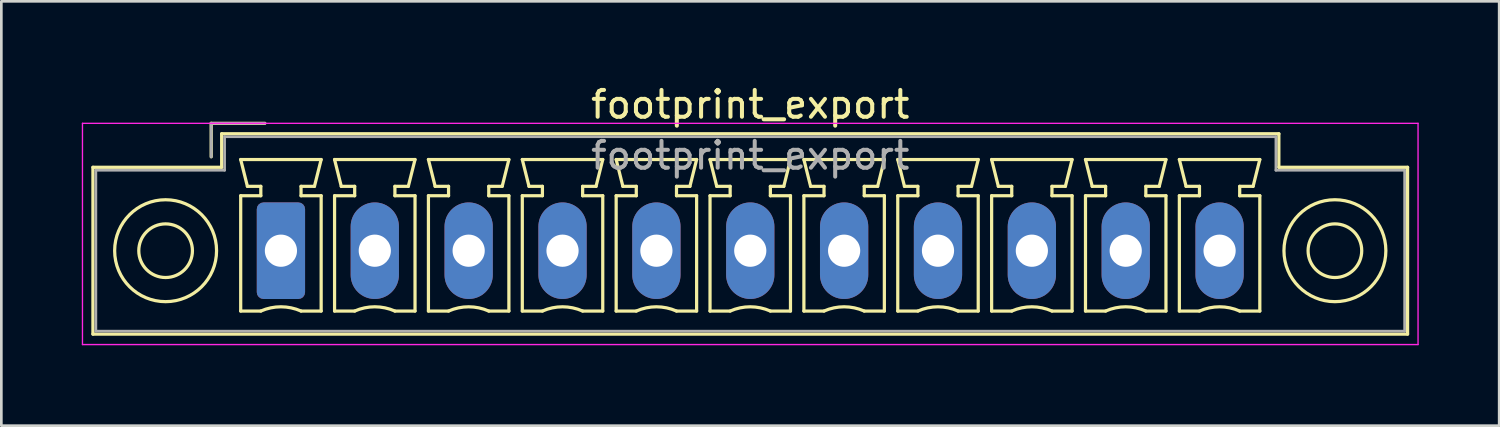
<source format=kicad_pcb>
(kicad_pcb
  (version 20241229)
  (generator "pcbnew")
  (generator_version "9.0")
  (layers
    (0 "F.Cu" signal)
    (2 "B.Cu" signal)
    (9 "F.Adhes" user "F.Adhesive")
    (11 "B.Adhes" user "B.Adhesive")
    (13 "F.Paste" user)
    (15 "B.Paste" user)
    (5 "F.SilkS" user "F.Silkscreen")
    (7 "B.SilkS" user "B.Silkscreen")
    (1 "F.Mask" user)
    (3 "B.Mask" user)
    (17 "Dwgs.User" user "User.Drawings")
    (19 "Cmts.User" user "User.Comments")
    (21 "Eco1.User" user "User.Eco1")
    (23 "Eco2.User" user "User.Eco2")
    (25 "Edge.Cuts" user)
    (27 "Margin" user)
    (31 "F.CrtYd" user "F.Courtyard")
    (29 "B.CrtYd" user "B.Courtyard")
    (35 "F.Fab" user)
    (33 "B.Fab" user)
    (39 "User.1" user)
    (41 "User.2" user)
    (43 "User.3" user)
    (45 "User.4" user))
  (footprint "footprint_export"
    (layer "F.Cu")
    (at 7.425 6.298)
    (property "Reference" "footprint_export" (at 17.5 -5.45 0) (layer "F.SilkS") (effects (font (size 1 1) (thickness 0.15))))
    (attr through_hole)
    (fp_line (start -7.01 -3.11) (end -7.01 3.11) (stroke (width 0.12) (type solid)) (layer "F.SilkS"))
    (fp_line (start -7.01 3.11) (end 42.01 3.11) (stroke (width 0.12) (type solid)) (layer "F.SilkS"))
    (fp_line (start -2.6 -4.75) (end -0.6 -4.75) (stroke (width 0.12) (type solid)) (layer "F.SilkS"))
    (fp_line (start -2.6 -3.5) (end -2.6 -4.75) (stroke (width 0.12) (type solid)) (layer "F.SilkS"))
    (fp_line (start -2.21 -4.36) (end -2.21 -3.11) (stroke (width 0.12) (type solid)) (layer "F.SilkS"))
    (fp_line (start -2.21 -3.11) (end -7.01 -3.11) (stroke (width 0.12) (type solid)) (layer "F.SilkS"))
    (fp_line (start -1.5 -3.4) (end 1.5 -3.4) (stroke (width 0.12) (type solid)) (layer "F.SilkS"))
    (fp_line (start -1.5 -2.05) (end -0.75 -2.05) (stroke (width 0.12) (type solid)) (layer "F.SilkS"))
    (fp_line (start -1.5 2.25) (end -1.5 -2.05) (stroke (width 0.12) (type solid)) (layer "F.SilkS"))
    (fp_line (start -1.25 -2.4) (end -1.5 -3.4) (stroke (width 0.12) (type solid)) (layer "F.SilkS"))
    (fp_line (start -0.75 -2.4) (end -1.25 -2.4) (stroke (width 0.12) (type solid)) (layer "F.SilkS"))
    (fp_line (start -0.75 -2.05) (end -0.75 -2.4) (stroke (width 0.12) (type solid)) (layer "F.SilkS"))
    (fp_line (start -0.75 2.25) (end -1.5 2.25) (stroke (width 0.12) (type solid)) (layer "F.SilkS"))
    (fp_line (start 0.75 -2.4) (end 0.75 -2.05) (stroke (width 0.12) (type solid)) (layer "F.SilkS"))
    (fp_line (start 0.75 -2.05) (end 1.5 -2.05) (stroke (width 0.12) (type solid)) (layer "F.SilkS"))
    (fp_line (start 1.25 -2.4) (end 0.75 -2.4) (stroke (width 0.12) (type solid)) (layer "F.SilkS"))
    (fp_line (start 1.5 -3.4) (end 1.25 -2.4) (stroke (width 0.12) (type solid)) (layer "F.SilkS"))
    (fp_line (start 1.5 -2.05) (end 1.5 2.25) (stroke (width 0.12) (type solid)) (layer "F.SilkS"))
    (fp_line (start 1.5 2.25) (end 0.75 2.25) (stroke (width 0.12) (type solid)) (layer "F.SilkS"))
    (fp_line (start 2 -3.4) (end 5 -3.4) (stroke (width 0.12) (type solid)) (layer "F.SilkS"))
    (fp_line (start 2 -2.05) (end 2.75 -2.05) (stroke (width 0.12) (type solid)) (layer "F.SilkS"))
    (fp_line (start 2 2.25) (end 2 -2.05) (stroke (width 0.12) (type solid)) (layer "F.SilkS"))
    (fp_line (start 2.25 -2.4) (end 2 -3.4) (stroke (width 0.12) (type solid)) (layer "F.SilkS"))
    (fp_line (start 2.75 -2.4) (end 2.25 -2.4) (stroke (width 0.12) (type solid)) (layer "F.SilkS"))
    (fp_line (start 2.75 -2.05) (end 2.75 -2.4) (stroke (width 0.12) (type solid)) (layer "F.SilkS"))
    (fp_line (start 2.75 2.25) (end 2 2.25) (stroke (width 0.12) (type solid)) (layer "F.SilkS"))
    (fp_line (start 4.25 -2.4) (end 4.25 -2.05) (stroke (width 0.12) (type solid)) (layer "F.SilkS"))
    (fp_line (start 4.25 -2.05) (end 5 -2.05) (stroke (width 0.12) (type solid)) (layer "F.SilkS"))
    (fp_line (start 4.75 -2.4) (end 4.25 -2.4) (stroke (width 0.12) (type solid)) (layer "F.SilkS"))
    (fp_line (start 5 -3.4) (end 4.75 -2.4) (stroke (width 0.12) (type solid)) (layer "F.SilkS"))
    (fp_line (start 5 -2.05) (end 5 2.25) (stroke (width 0.12) (type solid)) (layer "F.SilkS"))
    (fp_line (start 5 2.25) (end 4.25 2.25) (stroke (width 0.12) (type solid)) (layer "F.SilkS"))
    (fp_line (start 5.5 -3.4) (end 8.5 -3.4) (stroke (width 0.12) (type solid)) (layer "F.SilkS"))
    (fp_line (start 5.5 -2.05) (end 6.25 -2.05) (stroke (width 0.12) (type solid)) (layer "F.SilkS"))
    (fp_line (start 5.5 2.25) (end 5.5 -2.05) (stroke (width 0.12) (type solid)) (layer "F.SilkS"))
    (fp_line (start 5.75 -2.4) (end 5.5 -3.4) (stroke (width 0.12) (type solid)) (layer "F.SilkS"))
    (fp_line (start 6.25 -2.4) (end 5.75 -2.4) (stroke (width 0.12) (type solid)) (layer "F.SilkS"))
    (fp_line (start 6.25 -2.05) (end 6.25 -2.4) (stroke (width 0.12) (type solid)) (layer "F.SilkS"))
    (fp_line (start 6.25 2.25) (end 5.5 2.25) (stroke (width 0.12) (type solid)) (layer "F.SilkS"))
    (fp_line (start 7.75 -2.4) (end 7.75 -2.05) (stroke (width 0.12) (type solid)) (layer "F.SilkS"))
    (fp_line (start 7.75 -2.05) (end 8.5 -2.05) (stroke (width 0.12) (type solid)) (layer "F.SilkS"))
    (fp_line (start 8.25 -2.4) (end 7.75 -2.4) (stroke (width 0.12) (type solid)) (layer "F.SilkS"))
    (fp_line (start 8.5 -3.4) (end 8.25 -2.4) (stroke (width 0.12) (type solid)) (layer "F.SilkS"))
    (fp_line (start 8.5 -2.05) (end 8.5 2.25) (stroke (width 0.12) (type solid)) (layer "F.SilkS"))
    (fp_line (start 8.5 2.25) (end 7.75 2.25) (stroke (width 0.12) (type solid)) (layer "F.SilkS"))
    (fp_line (start 9 -3.4) (end 12 -3.4) (stroke (width 0.12) (type solid)) (layer "F.SilkS"))
    (fp_line (start 9 -2.05) (end 9.75 -2.05) (stroke (width 0.12) (type solid)) (layer "F.SilkS"))
    (fp_line (start 9 2.25) (end 9 -2.05) (stroke (width 0.12) (type solid)) (layer "F.SilkS"))
    (fp_line (start 9.25 -2.4) (end 9 -3.4) (stroke (width 0.12) (type solid)) (layer "F.SilkS"))
    (fp_line (start 9.75 -2.4) (end 9.25 -2.4) (stroke (width 0.12) (type solid)) (layer "F.SilkS"))
    (fp_line (start 9.75 -2.05) (end 9.75 -2.4) (stroke (width 0.12) (type solid)) (layer "F.SilkS"))
    (fp_line (start 9.75 2.25) (end 9 2.25) (stroke (width 0.12) (type solid)) (layer "F.SilkS"))
    (fp_line (start 11.25 -2.4) (end 11.25 -2.05) (stroke (width 0.12) (type solid)) (layer "F.SilkS"))
    (fp_line (start 11.25 -2.05) (end 12 -2.05) (stroke (width 0.12) (type solid)) (layer "F.SilkS"))
    (fp_line (start 11.75 -2.4) (end 11.25 -2.4) (stroke (width 0.12) (type solid)) (layer "F.SilkS"))
    (fp_line (start 12 -3.4) (end 11.75 -2.4) (stroke (width 0.12) (type solid)) (layer "F.SilkS"))
    (fp_line (start 12 -2.05) (end 12 2.25) (stroke (width 0.12) (type solid)) (layer "F.SilkS"))
    (fp_line (start 12 2.25) (end 11.25 2.25) (stroke (width 0.12) (type solid)) (layer "F.SilkS"))
    (fp_line (start 12.5 -3.4) (end 15.5 -3.4) (stroke (width 0.12) (type solid)) (layer "F.SilkS"))
    (fp_line (start 12.5 -2.05) (end 13.25 -2.05) (stroke (width 0.12) (type solid)) (layer "F.SilkS"))
    (fp_line (start 12.5 2.25) (end 12.5 -2.05) (stroke (width 0.12) (type solid)) (layer "F.SilkS"))
    (fp_line (start 12.75 -2.4) (end 12.5 -3.4) (stroke (width 0.12) (type solid)) (layer "F.SilkS"))
    (fp_line (start 13.25 -2.4) (end 12.75 -2.4) (stroke (width 0.12) (type solid)) (layer "F.SilkS"))
    (fp_line (start 13.25 -2.05) (end 13.25 -2.4) (stroke (width 0.12) (type solid)) (layer "F.SilkS"))
    (fp_line (start 13.25 2.25) (end 12.5 2.25) (stroke (width 0.12) (type solid)) (layer "F.SilkS"))
    (fp_line (start 14.75 -2.4) (end 14.75 -2.05) (stroke (width 0.12) (type solid)) (layer "F.SilkS"))
    (fp_line (start 14.75 -2.05) (end 15.5 -2.05) (stroke (width 0.12) (type solid)) (layer "F.SilkS"))
    (fp_line (start 15.25 -2.4) (end 14.75 -2.4) (stroke (width 0.12) (type solid)) (layer "F.SilkS"))
    (fp_line (start 15.5 -3.4) (end 15.25 -2.4) (stroke (width 0.12) (type solid)) (layer "F.SilkS"))
    (fp_line (start 15.5 -2.05) (end 15.5 2.25) (stroke (width 0.12) (type solid)) (layer "F.SilkS"))
    (fp_line (start 15.5 2.25) (end 14.75 2.25) (stroke (width 0.12) (type solid)) (layer "F.SilkS"))
    (fp_line (start 16 -3.4) (end 19 -3.4) (stroke (width 0.12) (type solid)) (layer "F.SilkS"))
    (fp_line (start 16 -2.05) (end 16.75 -2.05) (stroke (width 0.12) (type solid)) (layer "F.SilkS"))
    (fp_line (start 16 2.25) (end 16 -2.05) (stroke (width 0.12) (type solid)) (layer "F.SilkS"))
    (fp_line (start 16.25 -2.4) (end 16 -3.4) (stroke (width 0.12) (type solid)) (layer "F.SilkS"))
    (fp_line (start 16.75 -2.4) (end 16.25 -2.4) (stroke (width 0.12) (type solid)) (layer "F.SilkS"))
    (fp_line (start 16.75 -2.05) (end 16.75 -2.4) (stroke (width 0.12) (type solid)) (layer "F.SilkS"))
    (fp_line (start 16.75 2.25) (end 16 2.25) (stroke (width 0.12) (type solid)) (layer "F.SilkS"))
    (fp_line (start 18.25 -2.4) (end 18.25 -2.05) (stroke (width 0.12) (type solid)) (layer "F.SilkS"))
    (fp_line (start 18.25 -2.05) (end 19 -2.05) (stroke (width 0.12) (type solid)) (layer "F.SilkS"))
    (fp_line (start 18.75 -2.4) (end 18.25 -2.4) (stroke (width 0.12) (type solid)) (layer "F.SilkS"))
    (fp_line (start 19 -3.4) (end 18.75 -2.4) (stroke (width 0.12) (type solid)) (layer "F.SilkS"))
    (fp_line (start 19 -2.05) (end 19 2.25) (stroke (width 0.12) (type solid)) (layer "F.SilkS"))
    (fp_line (start 19 2.25) (end 18.25 2.25) (stroke (width 0.12) (type solid)) (layer "F.SilkS"))
    (fp_line (start 19.5 -3.4) (end 22.5 -3.4) (stroke (width 0.12) (type solid)) (layer "F.SilkS"))
    (fp_line (start 19.5 -2.05) (end 20.25 -2.05) (stroke (width 0.12) (type solid)) (layer "F.SilkS"))
    (fp_line (start 19.5 2.25) (end 19.5 -2.05) (stroke (width 0.12) (type solid)) (layer "F.SilkS"))
    (fp_line (start 19.75 -2.4) (end 19.5 -3.4) (stroke (width 0.12) (type solid)) (layer "F.SilkS"))
    (fp_line (start 20.25 -2.4) (end 19.75 -2.4) (stroke (width 0.12) (type solid)) (layer "F.SilkS"))
    (fp_line (start 20.25 -2.05) (end 20.25 -2.4) (stroke (width 0.12) (type solid)) (layer "F.SilkS"))
    (fp_line (start 20.25 2.25) (end 19.5 2.25) (stroke (width 0.12) (type solid)) (layer "F.SilkS"))
    (fp_line (start 21.75 -2.4) (end 21.75 -2.05) (stroke (width 0.12) (type solid)) (layer "F.SilkS"))
    (fp_line (start 21.75 -2.05) (end 22.5 -2.05) (stroke (width 0.12) (type solid)) (layer "F.SilkS"))
    (fp_line (start 22.25 -2.4) (end 21.75 -2.4) (stroke (width 0.12) (type solid)) (layer "F.SilkS"))
    (fp_line (start 22.5 -3.4) (end 22.25 -2.4) (stroke (width 0.12) (type solid)) (layer "F.SilkS"))
    (fp_line (start 22.5 -2.05) (end 22.5 2.25) (stroke (width 0.12) (type solid)) (layer "F.SilkS"))
    (fp_line (start 22.5 2.25) (end 21.75 2.25) (stroke (width 0.12) (type solid)) (layer "F.SilkS"))
    (fp_line (start 23 -3.4) (end 26 -3.4) (stroke (width 0.12) (type solid)) (layer "F.SilkS"))
    (fp_line (start 23 -2.05) (end 23.75 -2.05) (stroke (width 0.12) (type solid)) (layer "F.SilkS"))
    (fp_line (start 23 2.25) (end 23 -2.05) (stroke (width 0.12) (type solid)) (layer "F.SilkS"))
    (fp_line (start 23.25 -2.4) (end 23 -3.4) (stroke (width 0.12) (type solid)) (layer "F.SilkS"))
    (fp_line (start 23.75 -2.4) (end 23.25 -2.4) (stroke (width 0.12) (type solid)) (layer "F.SilkS"))
    (fp_line (start 23.75 -2.05) (end 23.75 -2.4) (stroke (width 0.12) (type solid)) (layer "F.SilkS"))
    (fp_line (start 23.75 2.25) (end 23 2.25) (stroke (width 0.12) (type solid)) (layer "F.SilkS"))
    (fp_line (start 25.25 -2.4) (end 25.25 -2.05) (stroke (width 0.12) (type solid)) (layer "F.SilkS"))
    (fp_line (start 25.25 -2.05) (end 26 -2.05) (stroke (width 0.12) (type solid)) (layer "F.SilkS"))
    (fp_line (start 25.75 -2.4) (end 25.25 -2.4) (stroke (width 0.12) (type solid)) (layer "F.SilkS"))
    (fp_line (start 26 -3.4) (end 25.75 -2.4) (stroke (width 0.12) (type solid)) (layer "F.SilkS"))
    (fp_line (start 26 -2.05) (end 26 2.25) (stroke (width 0.12) (type solid)) (layer "F.SilkS"))
    (fp_line (start 26 2.25) (end 25.25 2.25) (stroke (width 0.12) (type solid)) (layer "F.SilkS"))
    (fp_line (start 26.5 -3.4) (end 29.5 -3.4) (stroke (width 0.12) (type solid)) (layer "F.SilkS"))
    (fp_line (start 26.5 -2.05) (end 27.25 -2.05) (stroke (width 0.12) (type solid)) (layer "F.SilkS"))
    (fp_line (start 26.5 2.25) (end 26.5 -2.05) (stroke (width 0.12) (type solid)) (layer "F.SilkS"))
    (fp_line (start 26.75 -2.4) (end 26.5 -3.4) (stroke (width 0.12) (type solid)) (layer "F.SilkS"))
    (fp_line (start 27.25 -2.4) (end 26.75 -2.4) (stroke (width 0.12) (type solid)) (layer "F.SilkS"))
    (fp_line (start 27.25 -2.05) (end 27.25 -2.4) (stroke (width 0.12) (type solid)) (layer "F.SilkS"))
    (fp_line (start 27.25 2.25) (end 26.5 2.25) (stroke (width 0.12) (type solid)) (layer "F.SilkS"))
    (fp_line (start 28.75 -2.4) (end 28.75 -2.05) (stroke (width 0.12) (type solid)) (layer "F.SilkS"))
    (fp_line (start 28.75 -2.05) (end 29.5 -2.05) (stroke (width 0.12) (type solid)) (layer "F.SilkS"))
    (fp_line (start 29.25 -2.4) (end 28.75 -2.4) (stroke (width 0.12) (type solid)) (layer "F.SilkS"))
    (fp_line (start 29.5 -3.4) (end 29.25 -2.4) (stroke (width 0.12) (type solid)) (layer "F.SilkS"))
    (fp_line (start 29.5 -2.05) (end 29.5 2.25) (stroke (width 0.12) (type solid)) (layer "F.SilkS"))
    (fp_line (start 29.5 2.25) (end 28.75 2.25) (stroke (width 0.12) (type solid)) (layer "F.SilkS"))
    (fp_line (start 30 -3.4) (end 33 -3.4) (stroke (width 0.12) (type solid)) (layer "F.SilkS"))
    (fp_line (start 30 -2.05) (end 30.75 -2.05) (stroke (width 0.12) (type solid)) (layer "F.SilkS"))
    (fp_line (start 30 2.25) (end 30 -2.05) (stroke (width 0.12) (type solid)) (layer "F.SilkS"))
    (fp_line (start 30.25 -2.4) (end 30 -3.4) (stroke (width 0.12) (type solid)) (layer "F.SilkS"))
    (fp_line (start 30.75 -2.4) (end 30.25 -2.4) (stroke (width 0.12) (type solid)) (layer "F.SilkS"))
    (fp_line (start 30.75 -2.05) (end 30.75 -2.4) (stroke (width 0.12) (type solid)) (layer "F.SilkS"))
    (fp_line (start 30.75 2.25) (end 30 2.25) (stroke (width 0.12) (type solid)) (layer "F.SilkS"))
    (fp_line (start 32.25 -2.4) (end 32.25 -2.05) (stroke (width 0.12) (type solid)) (layer "F.SilkS"))
    (fp_line (start 32.25 -2.05) (end 33 -2.05) (stroke (width 0.12) (type solid)) (layer "F.SilkS"))
    (fp_line (start 32.75 -2.4) (end 32.25 -2.4) (stroke (width 0.12) (type solid)) (layer "F.SilkS"))
    (fp_line (start 33 -3.4) (end 32.75 -2.4) (stroke (width 0.12) (type solid)) (layer "F.SilkS"))
    (fp_line (start 33 -2.05) (end 33 2.25) (stroke (width 0.12) (type solid)) (layer "F.SilkS"))
    (fp_line (start 33 2.25) (end 32.25 2.25) (stroke (width 0.12) (type solid)) (layer "F.SilkS"))
    (fp_line (start 33.5 -3.4) (end 36.5 -3.4) (stroke (width 0.12) (type solid)) (layer "F.SilkS"))
    (fp_line (start 33.5 -2.05) (end 34.25 -2.05) (stroke (width 0.12) (type solid)) (layer "F.SilkS"))
    (fp_line (start 33.5 2.25) (end 33.5 -2.05) (stroke (width 0.12) (type solid)) (layer "F.SilkS"))
    (fp_line (start 33.75 -2.4) (end 33.5 -3.4) (stroke (width 0.12) (type solid)) (layer "F.SilkS"))
    (fp_line (start 34.25 -2.4) (end 33.75 -2.4) (stroke (width 0.12) (type solid)) (layer "F.SilkS"))
    (fp_line (start 34.25 -2.05) (end 34.25 -2.4) (stroke (width 0.12) (type solid)) (layer "F.SilkS"))
    (fp_line (start 34.25 2.25) (end 33.5 2.25) (stroke (width 0.12) (type solid)) (layer "F.SilkS"))
    (fp_line (start 35.75 -2.4) (end 35.75 -2.05) (stroke (width 0.12) (type solid)) (layer "F.SilkS"))
    (fp_line (start 35.75 -2.05) (end 36.5 -2.05) (stroke (width 0.12) (type solid)) (layer "F.SilkS"))
    (fp_line (start 36.25 -2.4) (end 35.75 -2.4) (stroke (width 0.12) (type solid)) (layer "F.SilkS"))
    (fp_line (start 36.5 -3.4) (end 36.25 -2.4) (stroke (width 0.12) (type solid)) (layer "F.SilkS"))
    (fp_line (start 36.5 -2.05) (end 36.5 2.25) (stroke (width 0.12) (type solid)) (layer "F.SilkS"))
    (fp_line (start 36.5 2.25) (end 35.75 2.25) (stroke (width 0.12) (type solid)) (layer "F.SilkS"))
    (fp_line (start 37.21 -4.36) (end -2.21 -4.36) (stroke (width 0.12) (type solid)) (layer "F.SilkS"))
    (fp_line (start 37.21 -3.11) (end 37.21 -4.36) (stroke (width 0.12) (type solid)) (layer "F.SilkS"))
    (fp_line (start 42.01 -3.11) (end 37.21 -3.11) (stroke (width 0.12) (type solid)) (layer "F.SilkS"))
    (fp_line (start 42.01 3.11) (end 42.01 -3.11) (stroke (width 0.12) (type solid)) (layer "F.SilkS"))
    (fp_arc (start -0.75 2.25) (mid -0.000193 2.09191) (end 0.749647 2.249844) (stroke (width 0.12) (type solid)) (layer "F.SilkS"))
    (fp_arc (start 2.75 2.25) (mid 3.499807 2.09191) (end 4.249647 2.249844) (stroke (width 0.12) (type solid)) (layer "F.SilkS"))
    (fp_arc (start 6.25 2.25) (mid 6.999807 2.09191) (end 7.749647 2.249844) (stroke (width 0.12) (type solid)) (layer "F.SilkS"))
    (fp_arc (start 9.75 2.25) (mid 10.499807 2.09191) (end 11.249647 2.249844) (stroke (width 0.12) (type solid)) (layer "F.SilkS"))
    (fp_arc (start 13.25 2.25) (mid 13.999807 2.09191) (end 14.749647 2.249844) (stroke (width 0.12) (type solid)) (layer "F.SilkS"))
    (fp_arc (start 16.75 2.25) (mid 17.499807 2.09191) (end 18.249647 2.249844) (stroke (width 0.12) (type solid)) (layer "F.SilkS"))
    (fp_arc (start 20.25 2.25) (mid 20.999807 2.09191) (end 21.749647 2.249844) (stroke (width 0.12) (type solid)) (layer "F.SilkS"))
    (fp_arc (start 23.75 2.25) (mid 24.499807 2.09191) (end 25.249647 2.249844) (stroke (width 0.12) (type solid)) (layer "F.SilkS"))
    (fp_arc (start 27.25 2.25) (mid 27.999807 2.09191) (end 28.749647 2.249844) (stroke (width 0.12) (type solid)) (layer "F.SilkS"))
    (fp_arc (start 30.75 2.25) (mid 31.499807 2.09191) (end 32.249647 2.249844) (stroke (width 0.12) (type solid)) (layer "F.SilkS"))
    (fp_arc (start 34.25 2.25) (mid 34.999807 2.09191) (end 35.749647 2.249844) (stroke (width 0.12) (type solid)) (layer "F.SilkS"))
    (fp_circle (center -4.3 0) (end -3.3 0) (stroke (width 0.12) (type solid)) (fill no) (layer "F.SilkS"))
    (fp_circle (center -4.3 0) (end -2.4 0) (stroke (width 0.12) (type solid)) (fill no) (layer "F.SilkS"))
    (fp_circle (center 39.3 0) (end 40.3 0) (stroke (width 0.12) (type solid)) (fill no) (layer "F.SilkS"))
    (fp_circle (center 39.3 0) (end 41.2 0) (stroke (width 0.12) (type solid)) (fill no) (layer "F.SilkS"))
    (fp_line (start -7.4 -4.75) (end -7.4 3.5) (stroke (width 0.05) (type solid)) (layer "F.CrtYd"))
    (fp_line (start -7.4 3.5) (end 42.4 3.5) (stroke (width 0.05) (type solid)) (layer "F.CrtYd"))
    (fp_line (start 42.4 -4.75) (end -7.4 -4.75) (stroke (width 0.05) (type solid)) (layer "F.CrtYd"))
    (fp_line (start 42.4 3.5) (end 42.4 -4.75) (stroke (width 0.05) (type solid)) (layer "F.CrtYd"))
    (fp_line (start -6.9 -3) (end -6.9 3) (stroke (width 0.1) (type solid)) (layer "F.Fab"))
    (fp_line (start -6.9 3) (end 41.9 3) (stroke (width 0.1) (type solid)) (layer "F.Fab"))
    (fp_line (start -2.6 -4.75) (end -0.6 -4.75) (stroke (width 0.1) (type solid)) (layer "F.Fab"))
    (fp_line (start -2.6 -3.5) (end -2.6 -4.75) (stroke (width 0.1) (type solid)) (layer "F.Fab"))
    (fp_line (start -2.1 -4.25) (end -2.1 -3) (stroke (width 0.1) (type solid)) (layer "F.Fab"))
    (fp_line (start -2.1 -3) (end -6.9 -3) (stroke (width 0.1) (type solid)) (layer "F.Fab"))
    (fp_line (start 37.1 -4.25) (end -2.1 -4.25) (stroke (width 0.1) (type solid)) (layer "F.Fab"))
    (fp_line (start 37.1 -3) (end 37.1 -4.25) (stroke (width 0.1) (type solid)) (layer "F.Fab"))
    (fp_line (start 41.9 -3) (end 37.1 -3) (stroke (width 0.1) (type solid)) (layer "F.Fab"))
    (fp_line (start 41.9 3) (end 41.9 -3) (stroke (width 0.1) (type solid)) (layer "F.Fab"))
    (fp_text user "${REFERENCE}" (at 17.5 -3.55 0) (layer "F.Fab") (effects (font (size 1 1) (thickness 0.15))))
    (pad "1" thru_hole roundrect (at 0 0) (size 1.8 3.6) (drill 1.2) (layers "*.Cu" "*.Mask") (roundrect_rratio 0.139))
    (pad "2" thru_hole oval (at 3.5 0) (size 1.8 3.6) (drill 1.2) (layers "*.Cu" "*.Mask"))
    (pad "3" thru_hole oval (at 7 0) (size 1.8 3.6) (drill 1.2) (layers "*.Cu" "*.Mask"))
    (pad "4" thru_hole oval (at 10.5 0) (size 1.8 3.6) (drill 1.2) (layers "*.Cu" "*.Mask"))
    (pad "5" thru_hole oval (at 14 0) (size 1.8 3.6) (drill 1.2) (layers "*.Cu" "*.Mask"))
    (pad "6" thru_hole oval (at 17.5 0) (size 1.8 3.6) (drill 1.2) (layers "*.Cu" "*.Mask"))
    (pad "7" thru_hole oval (at 21 0) (size 1.8 3.6) (drill 1.2) (layers "*.Cu" "*.Mask"))
    (pad "8" thru_hole oval (at 24.5 0) (size 1.8 3.6) (drill 1.2) (layers "*.Cu" "*.Mask"))
    (pad "9" thru_hole oval (at 28 0) (size 1.8 3.6) (drill 1.2) (layers "*.Cu" "*.Mask"))
    (pad "10" thru_hole oval (at 31.5 0) (size 1.8 3.6) (drill 1.2) (layers "*.Cu" "*.Mask"))
    (pad "11" thru_hole oval (at 35 0) (size 1.8 3.6) (drill 1.2) (layers "*.Cu" "*.Mask")))
  (gr_rect
    (start -3 -3)
    (end 52.85 12.823)
    (stroke (width 0.1) (type default))
    (fill no)
    (layer "Edge.Cuts")))
</source>
